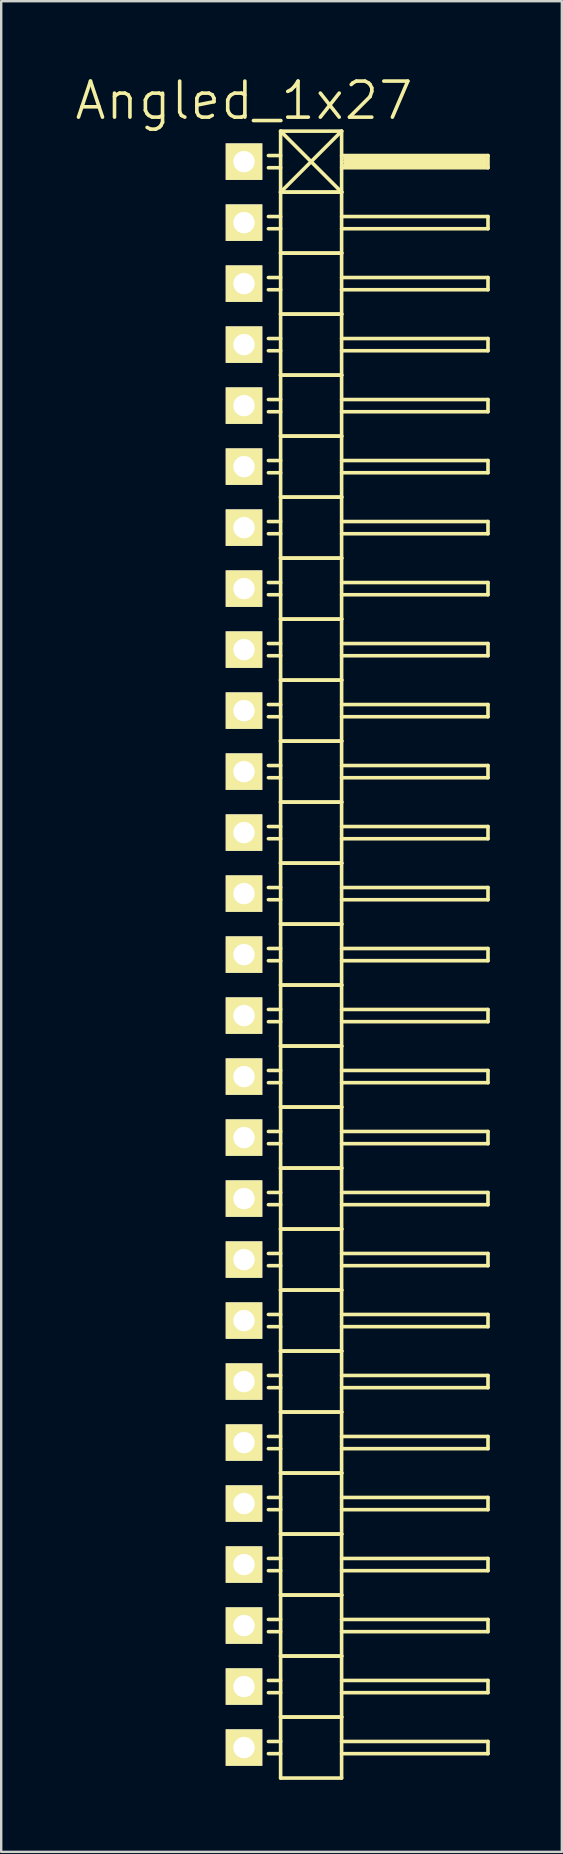
<source format=kicad_pcb>
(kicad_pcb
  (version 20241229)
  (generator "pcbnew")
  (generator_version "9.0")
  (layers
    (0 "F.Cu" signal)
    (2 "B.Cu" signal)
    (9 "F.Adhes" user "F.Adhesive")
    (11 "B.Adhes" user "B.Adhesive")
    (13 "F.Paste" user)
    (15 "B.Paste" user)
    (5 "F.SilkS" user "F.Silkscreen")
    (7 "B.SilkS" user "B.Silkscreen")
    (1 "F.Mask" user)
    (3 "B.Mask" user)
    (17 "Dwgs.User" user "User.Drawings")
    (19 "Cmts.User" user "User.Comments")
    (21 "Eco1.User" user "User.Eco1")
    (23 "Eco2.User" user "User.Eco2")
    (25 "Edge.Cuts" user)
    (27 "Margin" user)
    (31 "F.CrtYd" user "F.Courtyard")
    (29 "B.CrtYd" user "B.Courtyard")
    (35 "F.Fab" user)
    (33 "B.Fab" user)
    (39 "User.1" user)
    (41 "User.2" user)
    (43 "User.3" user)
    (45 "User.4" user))
  (footprint "Angled_1x27"
    (layer "F.Cu")
    (at 7.111 36.701)
    (property "Reference" "Angled_1x27" (at 0 -35.56 0) (layer "F.SilkS") (effects (font (size 1.5 1.5) (thickness 0.15))))
    (attr through_hole)
    (fp_line (start 1.524 -34.29) (end 1.524 -31.75) (stroke (width 0.15) (type solid)) (layer "F.SilkS"))
    (fp_line (start 1.524 -34.29) (end 4.064 -34.29) (stroke (width 0.15) (type solid)) (layer "F.SilkS"))
    (fp_line (start 1.524 -33.274) (end 1.016 -33.274) (stroke (width 0.15) (type solid)) (layer "F.SilkS"))
    (fp_line (start 1.524 -32.766) (end 1.016 -32.766) (stroke (width 0.15) (type solid)) (layer "F.SilkS"))
    (fp_line (start 1.524 -31.75) (end 1.524 -29.21) (stroke (width 0.15) (type solid)) (layer "F.SilkS"))
    (fp_line (start 1.524 -31.75) (end 4.064 -31.75) (stroke (width 0.15) (type solid)) (layer "F.SilkS"))
    (fp_line (start 1.524 -31.75) (end 4.064 -31.75) (stroke (width 0.15) (type solid)) (layer "F.SilkS"))
    (fp_line (start 1.524 -30.734) (end 1.016 -30.734) (stroke (width 0.15) (type solid)) (layer "F.SilkS"))
    (fp_line (start 1.524 -30.226) (end 1.016 -30.226) (stroke (width 0.15) (type solid)) (layer "F.SilkS"))
    (fp_line (start 1.524 -29.21) (end 1.524 -26.67) (stroke (width 0.15) (type solid)) (layer "F.SilkS"))
    (fp_line (start 1.524 -29.21) (end 4.064 -29.21) (stroke (width 0.15) (type solid)) (layer "F.SilkS"))
    (fp_line (start 1.524 -29.21) (end 4.064 -29.21) (stroke (width 0.15) (type solid)) (layer "F.SilkS"))
    (fp_line (start 1.524 -28.194) (end 1.016 -28.194) (stroke (width 0.15) (type solid)) (layer "F.SilkS"))
    (fp_line (start 1.524 -27.686) (end 1.016 -27.686) (stroke (width 0.15) (type solid)) (layer "F.SilkS"))
    (fp_line (start 1.524 -26.67) (end 1.524 -24.13) (stroke (width 0.15) (type solid)) (layer "F.SilkS"))
    (fp_line (start 1.524 -26.67) (end 4.064 -26.67) (stroke (width 0.15) (type solid)) (layer "F.SilkS"))
    (fp_line (start 1.524 -26.67) (end 4.064 -26.67) (stroke (width 0.15) (type solid)) (layer "F.SilkS"))
    (fp_line (start 1.524 -25.654) (end 1.016 -25.654) (stroke (width 0.15) (type solid)) (layer "F.SilkS"))
    (fp_line (start 1.524 -25.146) (end 1.016 -25.146) (stroke (width 0.15) (type solid)) (layer "F.SilkS"))
    (fp_line (start 1.524 -24.13) (end 1.524 -21.59) (stroke (width 0.15) (type solid)) (layer "F.SilkS"))
    (fp_line (start 1.524 -24.13) (end 4.064 -24.13) (stroke (width 0.15) (type solid)) (layer "F.SilkS"))
    (fp_line (start 1.524 -24.13) (end 4.064 -24.13) (stroke (width 0.15) (type solid)) (layer "F.SilkS"))
    (fp_line (start 1.524 -23.114) (end 1.016 -23.114) (stroke (width 0.15) (type solid)) (layer "F.SilkS"))
    (fp_line (start 1.524 -22.606) (end 1.016 -22.606) (stroke (width 0.15) (type solid)) (layer "F.SilkS"))
    (fp_line (start 1.524 -21.59) (end 1.524 -19.05) (stroke (width 0.15) (type solid)) (layer "F.SilkS"))
    (fp_line (start 1.524 -21.59) (end 4.064 -21.59) (stroke (width 0.15) (type solid)) (layer "F.SilkS"))
    (fp_line (start 1.524 -21.59) (end 4.064 -21.59) (stroke (width 0.15) (type solid)) (layer "F.SilkS"))
    (fp_line (start 1.524 -20.574) (end 1.016 -20.574) (stroke (width 0.15) (type solid)) (layer "F.SilkS"))
    (fp_line (start 1.524 -20.066) (end 1.016 -20.066) (stroke (width 0.15) (type solid)) (layer "F.SilkS"))
    (fp_line (start 1.524 -19.05) (end 1.524 -16.51) (stroke (width 0.15) (type solid)) (layer "F.SilkS"))
    (fp_line (start 1.524 -19.05) (end 4.064 -19.05) (stroke (width 0.15) (type solid)) (layer "F.SilkS"))
    (fp_line (start 1.524 -19.05) (end 4.064 -19.05) (stroke (width 0.15) (type solid)) (layer "F.SilkS"))
    (fp_line (start 1.524 -18.034) (end 1.016 -18.034) (stroke (width 0.15) (type solid)) (layer "F.SilkS"))
    (fp_line (start 1.524 -17.526) (end 1.016 -17.526) (stroke (width 0.15) (type solid)) (layer "F.SilkS"))
    (fp_line (start 1.524 -16.51) (end 1.524 -13.97) (stroke (width 0.15) (type solid)) (layer "F.SilkS"))
    (fp_line (start 1.524 -16.51) (end 4.064 -16.51) (stroke (width 0.15) (type solid)) (layer "F.SilkS"))
    (fp_line (start 1.524 -16.51) (end 4.064 -16.51) (stroke (width 0.15) (type solid)) (layer "F.SilkS"))
    (fp_line (start 1.524 -15.494) (end 1.016 -15.494) (stroke (width 0.15) (type solid)) (layer "F.SilkS"))
    (fp_line (start 1.524 -14.986) (end 1.016 -14.986) (stroke (width 0.15) (type solid)) (layer "F.SilkS"))
    (fp_line (start 1.524 -13.97) (end 1.524 -11.43) (stroke (width 0.15) (type solid)) (layer "F.SilkS"))
    (fp_line (start 1.524 -13.97) (end 4.064 -13.97) (stroke (width 0.15) (type solid)) (layer "F.SilkS"))
    (fp_line (start 1.524 -13.97) (end 4.064 -13.97) (stroke (width 0.15) (type solid)) (layer "F.SilkS"))
    (fp_line (start 1.524 -12.954) (end 1.016 -12.954) (stroke (width 0.15) (type solid)) (layer "F.SilkS"))
    (fp_line (start 1.524 -12.446) (end 1.016 -12.446) (stroke (width 0.15) (type solid)) (layer "F.SilkS"))
    (fp_line (start 1.524 -11.43) (end 1.524 -8.89) (stroke (width 0.15) (type solid)) (layer "F.SilkS"))
    (fp_line (start 1.524 -11.43) (end 4.064 -11.43) (stroke (width 0.15) (type solid)) (layer "F.SilkS"))
    (fp_line (start 1.524 -11.43) (end 4.064 -11.43) (stroke (width 0.15) (type solid)) (layer "F.SilkS"))
    (fp_line (start 1.524 -10.414) (end 1.016 -10.414) (stroke (width 0.15) (type solid)) (layer "F.SilkS"))
    (fp_line (start 1.524 -9.906) (end 1.016 -9.906) (stroke (width 0.15) (type solid)) (layer "F.SilkS"))
    (fp_line (start 1.524 -8.89) (end 1.524 -6.35) (stroke (width 0.15) (type solid)) (layer "F.SilkS"))
    (fp_line (start 1.524 -8.89) (end 4.064 -8.89) (stroke (width 0.15) (type solid)) (layer "F.SilkS"))
    (fp_line (start 1.524 -8.89) (end 4.064 -8.89) (stroke (width 0.15) (type solid)) (layer "F.SilkS"))
    (fp_line (start 1.524 -7.874) (end 1.016 -7.874) (stroke (width 0.15) (type solid)) (layer "F.SilkS"))
    (fp_line (start 1.524 -7.366) (end 1.016 -7.366) (stroke (width 0.15) (type solid)) (layer "F.SilkS"))
    (fp_line (start 1.524 -6.35) (end 1.524 -3.81) (stroke (width 0.15) (type solid)) (layer "F.SilkS"))
    (fp_line (start 1.524 -6.35) (end 4.064 -6.35) (stroke (width 0.15) (type solid)) (layer "F.SilkS"))
    (fp_line (start 1.524 -6.35) (end 4.064 -6.35) (stroke (width 0.15) (type solid)) (layer "F.SilkS"))
    (fp_line (start 1.524 -5.334) (end 1.016 -5.334) (stroke (width 0.15) (type solid)) (layer "F.SilkS"))
    (fp_line (start 1.524 -4.826) (end 1.016 -4.826) (stroke (width 0.15) (type solid)) (layer "F.SilkS"))
    (fp_line (start 1.524 -3.81) (end 1.524 -1.27) (stroke (width 0.15) (type solid)) (layer "F.SilkS"))
    (fp_line (start 1.524 -3.81) (end 4.064 -3.81) (stroke (width 0.15) (type solid)) (layer "F.SilkS"))
    (fp_line (start 1.524 -3.81) (end 4.064 -3.81) (stroke (width 0.15) (type solid)) (layer "F.SilkS"))
    (fp_line (start 1.524 -2.794) (end 1.016 -2.794) (stroke (width 0.15) (type solid)) (layer "F.SilkS"))
    (fp_line (start 1.524 -2.286) (end 1.016 -2.286) (stroke (width 0.15) (type solid)) (layer "F.SilkS"))
    (fp_line (start 1.524 -1.27) (end 1.524 1.27) (stroke (width 0.15) (type solid)) (layer "F.SilkS"))
    (fp_line (start 1.524 -1.27) (end 4.064 -1.27) (stroke (width 0.15) (type solid)) (layer "F.SilkS"))
    (fp_line (start 1.524 -1.27) (end 4.064 -1.27) (stroke (width 0.15) (type solid)) (layer "F.SilkS"))
    (fp_line (start 1.524 -0.254) (end 1.016 -0.254) (stroke (width 0.15) (type solid)) (layer "F.SilkS"))
    (fp_line (start 1.524 0.254) (end 1.016 0.254) (stroke (width 0.15) (type solid)) (layer "F.SilkS"))
    (fp_line (start 1.524 1.27) (end 1.524 3.81) (stroke (width 0.15) (type solid)) (layer "F.SilkS"))
    (fp_line (start 1.524 1.27) (end 4.064 1.27) (stroke (width 0.15) (type solid)) (layer "F.SilkS"))
    (fp_line (start 1.524 1.27) (end 4.064 1.27) (stroke (width 0.15) (type solid)) (layer "F.SilkS"))
    (fp_line (start 1.524 2.286) (end 1.016 2.286) (stroke (width 0.15) (type solid)) (layer "F.SilkS"))
    (fp_line (start 1.524 2.794) (end 1.016 2.794) (stroke (width 0.15) (type solid)) (layer "F.SilkS"))
    (fp_line (start 1.524 3.81) (end 1.524 6.35) (stroke (width 0.15) (type solid)) (layer "F.SilkS"))
    (fp_line (start 1.524 3.81) (end 4.064 3.81) (stroke (width 0.15) (type solid)) (layer "F.SilkS"))
    (fp_line (start 1.524 3.81) (end 4.064 3.81) (stroke (width 0.15) (type solid)) (layer "F.SilkS"))
    (fp_line (start 1.524 4.826) (end 1.016 4.826) (stroke (width 0.15) (type solid)) (layer "F.SilkS"))
    (fp_line (start 1.524 5.334) (end 1.016 5.334) (stroke (width 0.15) (type solid)) (layer "F.SilkS"))
    (fp_line (start 1.524 6.35) (end 1.524 8.89) (stroke (width 0.15) (type solid)) (layer "F.SilkS"))
    (fp_line (start 1.524 6.35) (end 4.064 6.35) (stroke (width 0.15) (type solid)) (layer "F.SilkS"))
    (fp_line (start 1.524 6.35) (end 4.064 6.35) (stroke (width 0.15) (type solid)) (layer "F.SilkS"))
    (fp_line (start 1.524 7.366) (end 1.016 7.366) (stroke (width 0.15) (type solid)) (layer "F.SilkS"))
    (fp_line (start 1.524 7.874) (end 1.016 7.874) (stroke (width 0.15) (type solid)) (layer "F.SilkS"))
    (fp_line (start 1.524 8.89) (end 1.524 11.43) (stroke (width 0.15) (type solid)) (layer "F.SilkS"))
    (fp_line (start 1.524 8.89) (end 4.064 8.89) (stroke (width 0.15) (type solid)) (layer "F.SilkS"))
    (fp_line (start 1.524 8.89) (end 4.064 8.89) (stroke (width 0.15) (type solid)) (layer "F.SilkS"))
    (fp_line (start 1.524 9.906) (end 1.016 9.906) (stroke (width 0.15) (type solid)) (layer "F.SilkS"))
    (fp_line (start 1.524 10.414) (end 1.016 10.414) (stroke (width 0.15) (type solid)) (layer "F.SilkS"))
    (fp_line (start 1.524 11.43) (end 1.524 13.97) (stroke (width 0.15) (type solid)) (layer "F.SilkS"))
    (fp_line (start 1.524 11.43) (end 4.064 11.43) (stroke (width 0.15) (type solid)) (layer "F.SilkS"))
    (fp_line (start 1.524 11.43) (end 4.064 11.43) (stroke (width 0.15) (type solid)) (layer "F.SilkS"))
    (fp_line (start 1.524 12.446) (end 1.016 12.446) (stroke (width 0.15) (type solid)) (layer "F.SilkS"))
    (fp_line (start 1.524 12.954) (end 1.016 12.954) (stroke (width 0.15) (type solid)) (layer "F.SilkS"))
    (fp_line (start 1.524 13.97) (end 1.524 16.51) (stroke (width 0.15) (type solid)) (layer "F.SilkS"))
    (fp_line (start 1.524 13.97) (end 4.064 13.97) (stroke (width 0.15) (type solid)) (layer "F.SilkS"))
    (fp_line (start 1.524 13.97) (end 4.064 13.97) (stroke (width 0.15) (type solid)) (layer "F.SilkS"))
    (fp_line (start 1.524 14.986) (end 1.016 14.986) (stroke (width 0.15) (type solid)) (layer "F.SilkS"))
    (fp_line (start 1.524 15.494) (end 1.016 15.494) (stroke (width 0.15) (type solid)) (layer "F.SilkS"))
    (fp_line (start 1.524 16.51) (end 1.524 19.05) (stroke (width 0.15) (type solid)) (layer "F.SilkS"))
    (fp_line (start 1.524 16.51) (end 4.064 16.51) (stroke (width 0.15) (type solid)) (layer "F.SilkS"))
    (fp_line (start 1.524 16.51) (end 4.064 16.51) (stroke (width 0.15) (type solid)) (layer "F.SilkS"))
    (fp_line (start 1.524 17.526) (end 1.016 17.526) (stroke (width 0.15) (type solid)) (layer "F.SilkS"))
    (fp_line (start 1.524 18.034) (end 1.016 18.034) (stroke (width 0.15) (type solid)) (layer "F.SilkS"))
    (fp_line (start 1.524 19.05) (end 1.524 21.59) (stroke (width 0.15) (type solid)) (layer "F.SilkS"))
    (fp_line (start 1.524 19.05) (end 4.064 19.05) (stroke (width 0.15) (type solid)) (layer "F.SilkS"))
    (fp_line (start 1.524 19.05) (end 4.064 19.05) (stroke (width 0.15) (type solid)) (layer "F.SilkS"))
    (fp_line (start 1.524 20.066) (end 1.016 20.066) (stroke (width 0.15) (type solid)) (layer "F.SilkS"))
    (fp_line (start 1.524 20.574) (end 1.016 20.574) (stroke (width 0.15) (type solid)) (layer "F.SilkS"))
    (fp_line (start 1.524 21.59) (end 1.524 24.13) (stroke (width 0.15) (type solid)) (layer "F.SilkS"))
    (fp_line (start 1.524 21.59) (end 4.064 21.59) (stroke (width 0.15) (type solid)) (layer "F.SilkS"))
    (fp_line (start 1.524 21.59) (end 4.064 21.59) (stroke (width 0.15) (type solid)) (layer "F.SilkS"))
    (fp_line (start 1.524 22.606) (end 1.016 22.606) (stroke (width 0.15) (type solid)) (layer "F.SilkS"))
    (fp_line (start 1.524 23.114) (end 1.016 23.114) (stroke (width 0.15) (type solid)) (layer "F.SilkS"))
    (fp_line (start 1.524 24.13) (end 1.524 26.67) (stroke (width 0.15) (type solid)) (layer "F.SilkS"))
    (fp_line (start 1.524 24.13) (end 4.064 24.13) (stroke (width 0.15) (type solid)) (layer "F.SilkS"))
    (fp_line (start 1.524 24.13) (end 4.064 24.13) (stroke (width 0.15) (type solid)) (layer "F.SilkS"))
    (fp_line (start 1.524 25.146) (end 1.016 25.146) (stroke (width 0.15) (type solid)) (layer "F.SilkS"))
    (fp_line (start 1.524 25.654) (end 1.016 25.654) (stroke (width 0.15) (type solid)) (layer "F.SilkS"))
    (fp_line (start 1.524 26.67) (end 1.524 29.21) (stroke (width 0.15) (type solid)) (layer "F.SilkS"))
    (fp_line (start 1.524 26.67) (end 4.064 26.67) (stroke (width 0.15) (type solid)) (layer "F.SilkS"))
    (fp_line (start 1.524 26.67) (end 4.064 26.67) (stroke (width 0.15) (type solid)) (layer "F.SilkS"))
    (fp_line (start 1.524 27.686) (end 1.016 27.686) (stroke (width 0.15) (type solid)) (layer "F.SilkS"))
    (fp_line (start 1.524 28.194) (end 1.016 28.194) (stroke (width 0.15) (type solid)) (layer "F.SilkS"))
    (fp_line (start 1.524 29.21) (end 1.524 31.75) (stroke (width 0.15) (type solid)) (layer "F.SilkS"))
    (fp_line (start 1.524 29.21) (end 4.064 29.21) (stroke (width 0.15) (type solid)) (layer "F.SilkS"))
    (fp_line (start 1.524 29.21) (end 4.064 29.21) (stroke (width 0.15) (type solid)) (layer "F.SilkS"))
    (fp_line (start 1.524 30.226) (end 1.016 30.226) (stroke (width 0.15) (type solid)) (layer "F.SilkS"))
    (fp_line (start 1.524 30.734) (end 1.016 30.734) (stroke (width 0.15) (type solid)) (layer "F.SilkS"))
    (fp_line (start 1.524 31.75) (end 1.524 34.29) (stroke (width 0.15) (type solid)) (layer "F.SilkS"))
    (fp_line (start 1.524 31.75) (end 4.064 31.75) (stroke (width 0.15) (type solid)) (layer "F.SilkS"))
    (fp_line (start 1.524 31.75) (end 4.064 31.75) (stroke (width 0.15) (type solid)) (layer "F.SilkS"))
    (fp_line (start 1.524 32.766) (end 1.016 32.766) (stroke (width 0.15) (type solid)) (layer "F.SilkS"))
    (fp_line (start 1.524 33.274) (end 1.016 33.274) (stroke (width 0.15) (type solid)) (layer "F.SilkS"))
    (fp_line (start 1.524 34.29) (end 4.064 34.29) (stroke (width 0.15) (type solid)) (layer "F.SilkS"))
    (fp_line (start 4.064 -34.29) (end 1.524 -31.75) (stroke (width 0.15) (type solid)) (layer "F.SilkS"))
    (fp_line (start 4.064 -33.274) (end 10.16 -33.274) (stroke (width 0.15) (type solid)) (layer "F.SilkS"))
    (fp_line (start 4.064 -31.75) (end 1.524 -34.29) (stroke (width 0.15) (type solid)) (layer "F.SilkS"))
    (fp_line (start 4.064 -31.75) (end 4.064 -34.29) (stroke (width 0.15) (type solid)) (layer "F.SilkS"))
    (fp_line (start 4.064 -30.734) (end 10.16 -30.734) (stroke (width 0.15) (type solid)) (layer "F.SilkS"))
    (fp_line (start 4.064 -29.21) (end 4.064 -31.75) (stroke (width 0.15) (type solid)) (layer "F.SilkS"))
    (fp_line (start 4.064 -28.194) (end 10.16 -28.194) (stroke (width 0.15) (type solid)) (layer "F.SilkS"))
    (fp_line (start 4.064 -26.67) (end 4.064 -29.21) (stroke (width 0.15) (type solid)) (layer "F.SilkS"))
    (fp_line (start 4.064 -25.654) (end 10.16 -25.654) (stroke (width 0.15) (type solid)) (layer "F.SilkS"))
    (fp_line (start 4.064 -24.13) (end 4.064 -26.67) (stroke (width 0.15) (type solid)) (layer "F.SilkS"))
    (fp_line (start 4.064 -23.114) (end 10.16 -23.114) (stroke (width 0.15) (type solid)) (layer "F.SilkS"))
    (fp_line (start 4.064 -21.59) (end 4.064 -24.13) (stroke (width 0.15) (type solid)) (layer "F.SilkS"))
    (fp_line (start 4.064 -20.574) (end 10.16 -20.574) (stroke (width 0.15) (type solid)) (layer "F.SilkS"))
    (fp_line (start 4.064 -19.05) (end 4.064 -21.59) (stroke (width 0.15) (type solid)) (layer "F.SilkS"))
    (fp_line (start 4.064 -18.034) (end 10.16 -18.034) (stroke (width 0.15) (type solid)) (layer "F.SilkS"))
    (fp_line (start 4.064 -16.51) (end 4.064 -19.05) (stroke (width 0.15) (type solid)) (layer "F.SilkS"))
    (fp_line (start 4.064 -15.494) (end 10.16 -15.494) (stroke (width 0.15) (type solid)) (layer "F.SilkS"))
    (fp_line (start 4.064 -13.97) (end 4.064 -16.51) (stroke (width 0.15) (type solid)) (layer "F.SilkS"))
    (fp_line (start 4.064 -12.954) (end 10.16 -12.954) (stroke (width 0.15) (type solid)) (layer "F.SilkS"))
    (fp_line (start 4.064 -11.43) (end 4.064 -13.97) (stroke (width 0.15) (type solid)) (layer "F.SilkS"))
    (fp_line (start 4.064 -10.414) (end 10.16 -10.414) (stroke (width 0.15) (type solid)) (layer "F.SilkS"))
    (fp_line (start 4.064 -8.89) (end 4.064 -11.43) (stroke (width 0.15) (type solid)) (layer "F.SilkS"))
    (fp_line (start 4.064 -7.874) (end 10.16 -7.874) (stroke (width 0.15) (type solid)) (layer "F.SilkS"))
    (fp_line (start 4.064 -6.35) (end 4.064 -8.89) (stroke (width 0.15) (type solid)) (layer "F.SilkS"))
    (fp_line (start 4.064 -5.334) (end 10.16 -5.334) (stroke (width 0.15) (type solid)) (layer "F.SilkS"))
    (fp_line (start 4.064 -3.81) (end 4.064 -6.35) (stroke (width 0.15) (type solid)) (layer "F.SilkS"))
    (fp_line (start 4.064 -2.794) (end 10.16 -2.794) (stroke (width 0.15) (type solid)) (layer "F.SilkS"))
    (fp_line (start 4.064 -1.27) (end 4.064 -3.81) (stroke (width 0.15) (type solid)) (layer "F.SilkS"))
    (fp_line (start 4.064 -0.254) (end 10.16 -0.254) (stroke (width 0.15) (type solid)) (layer "F.SilkS"))
    (fp_line (start 4.064 1.27) (end 4.064 -1.27) (stroke (width 0.15) (type solid)) (layer "F.SilkS"))
    (fp_line (start 4.064 2.286) (end 10.16 2.286) (stroke (width 0.15) (type solid)) (layer "F.SilkS"))
    (fp_line (start 4.064 3.81) (end 4.064 1.27) (stroke (width 0.15) (type solid)) (layer "F.SilkS"))
    (fp_line (start 4.064 4.826) (end 10.16 4.826) (stroke (width 0.15) (type solid)) (layer "F.SilkS"))
    (fp_line (start 4.064 6.35) (end 4.064 3.81) (stroke (width 0.15) (type solid)) (layer "F.SilkS"))
    (fp_line (start 4.064 7.366) (end 10.16 7.366) (stroke (width 0.15) (type solid)) (layer "F.SilkS"))
    (fp_line (start 4.064 8.89) (end 4.064 6.35) (stroke (width 0.15) (type solid)) (layer "F.SilkS"))
    (fp_line (start 4.064 9.906) (end 10.16 9.906) (stroke (width 0.15) (type solid)) (layer "F.SilkS"))
    (fp_line (start 4.064 11.43) (end 4.064 8.89) (stroke (width 0.15) (type solid)) (layer "F.SilkS"))
    (fp_line (start 4.064 12.446) (end 10.16 12.446) (stroke (width 0.15) (type solid)) (layer "F.SilkS"))
    (fp_line (start 4.064 13.97) (end 4.064 11.43) (stroke (width 0.15) (type solid)) (layer "F.SilkS"))
    (fp_line (start 4.064 14.986) (end 10.16 14.986) (stroke (width 0.15) (type solid)) (layer "F.SilkS"))
    (fp_line (start 4.064 16.51) (end 4.064 13.97) (stroke (width 0.15) (type solid)) (layer "F.SilkS"))
    (fp_line (start 4.064 17.526) (end 10.16 17.526) (stroke (width 0.15) (type solid)) (layer "F.SilkS"))
    (fp_line (start 4.064 19.05) (end 4.064 16.51) (stroke (width 0.15) (type solid)) (layer "F.SilkS"))
    (fp_line (start 4.064 20.066) (end 10.16 20.066) (stroke (width 0.15) (type solid)) (layer "F.SilkS"))
    (fp_line (start 4.064 21.59) (end 4.064 19.05) (stroke (width 0.15) (type solid)) (layer "F.SilkS"))
    (fp_line (start 4.064 22.606) (end 10.16 22.606) (stroke (width 0.15) (type solid)) (layer "F.SilkS"))
    (fp_line (start 4.064 24.13) (end 4.064 21.59) (stroke (width 0.15) (type solid)) (layer "F.SilkS"))
    (fp_line (start 4.064 25.146) (end 10.16 25.146) (stroke (width 0.15) (type solid)) (layer "F.SilkS"))
    (fp_line (start 4.064 26.67) (end 4.064 24.13) (stroke (width 0.15) (type solid)) (layer "F.SilkS"))
    (fp_line (start 4.064 27.686) (end 10.16 27.686) (stroke (width 0.15) (type solid)) (layer "F.SilkS"))
    (fp_line (start 4.064 29.21) (end 4.064 26.67) (stroke (width 0.15) (type solid)) (layer "F.SilkS"))
    (fp_line (start 4.064 30.226) (end 10.16 30.226) (stroke (width 0.15) (type solid)) (layer "F.SilkS"))
    (fp_line (start 4.064 31.75) (end 4.064 29.21) (stroke (width 0.15) (type solid)) (layer "F.SilkS"))
    (fp_line (start 4.064 32.766) (end 10.16 32.766) (stroke (width 0.15) (type solid)) (layer "F.SilkS"))
    (fp_line (start 4.064 34.29) (end 4.064 31.75) (stroke (width 0.15) (type solid)) (layer "F.SilkS"))
    (fp_line (start 4.191 -33.147) (end 10.033 -33.147) (stroke (width 0.15) (type solid)) (layer "F.SilkS"))
    (fp_line (start 4.191 -33.02) (end 10.033 -33.02) (stroke (width 0.15) (type solid)) (layer "F.SilkS"))
    (fp_line (start 10.033 -33.147) (end 10.033 -32.893) (stroke (width 0.15) (type solid)) (layer "F.SilkS"))
    (fp_line (start 10.033 -32.893) (end 4.191 -32.893) (stroke (width 0.15) (type solid)) (layer "F.SilkS"))
    (fp_line (start 10.16 -33.274) (end 10.16 -32.766) (stroke (width 0.15) (type solid)) (layer "F.SilkS"))
    (fp_line (start 10.16 -32.766) (end 4.064 -32.766) (stroke (width 0.15) (type solid)) (layer "F.SilkS"))
    (fp_line (start 10.16 -30.734) (end 10.16 -30.226) (stroke (width 0.15) (type solid)) (layer "F.SilkS"))
    (fp_line (start 10.16 -30.226) (end 4.064 -30.226) (stroke (width 0.15) (type solid)) (layer "F.SilkS"))
    (fp_line (start 10.16 -28.194) (end 10.16 -27.686) (stroke (width 0.15) (type solid)) (layer "F.SilkS"))
    (fp_line (start 10.16 -27.686) (end 4.064 -27.686) (stroke (width 0.15) (type solid)) (layer "F.SilkS"))
    (fp_line (start 10.16 -25.654) (end 10.16 -25.146) (stroke (width 0.15) (type solid)) (layer "F.SilkS"))
    (fp_line (start 10.16 -25.146) (end 4.064 -25.146) (stroke (width 0.15) (type solid)) (layer "F.SilkS"))
    (fp_line (start 10.16 -23.114) (end 10.16 -22.606) (stroke (width 0.15) (type solid)) (layer "F.SilkS"))
    (fp_line (start 10.16 -22.606) (end 4.064 -22.606) (stroke (width 0.15) (type solid)) (layer "F.SilkS"))
    (fp_line (start 10.16 -20.574) (end 10.16 -20.066) (stroke (width 0.15) (type solid)) (layer "F.SilkS"))
    (fp_line (start 10.16 -20.066) (end 4.064 -20.066) (stroke (width 0.15) (type solid)) (layer "F.SilkS"))
    (fp_line (start 10.16 -18.034) (end 10.16 -17.526) (stroke (width 0.15) (type solid)) (layer "F.SilkS"))
    (fp_line (start 10.16 -17.526) (end 4.064 -17.526) (stroke (width 0.15) (type solid)) (layer "F.SilkS"))
    (fp_line (start 10.16 -15.494) (end 10.16 -14.986) (stroke (width 0.15) (type solid)) (layer "F.SilkS"))
    (fp_line (start 10.16 -14.986) (end 4.064 -14.986) (stroke (width 0.15) (type solid)) (layer "F.SilkS"))
    (fp_line (start 10.16 -12.954) (end 10.16 -12.446) (stroke (width 0.15) (type solid)) (layer "F.SilkS"))
    (fp_line (start 10.16 -12.446) (end 4.064 -12.446) (stroke (width 0.15) (type solid)) (layer "F.SilkS"))
    (fp_line (start 10.16 -10.414) (end 10.16 -9.906) (stroke (width 0.15) (type solid)) (layer "F.SilkS"))
    (fp_line (start 10.16 -9.906) (end 4.064 -9.906) (stroke (width 0.15) (type solid)) (layer "F.SilkS"))
    (fp_line (start 10.16 -7.874) (end 10.16 -7.366) (stroke (width 0.15) (type solid)) (layer "F.SilkS"))
    (fp_line (start 10.16 -7.366) (end 4.064 -7.366) (stroke (width 0.15) (type solid)) (layer "F.SilkS"))
    (fp_line (start 10.16 -5.334) (end 10.16 -4.826) (stroke (width 0.15) (type solid)) (layer "F.SilkS"))
    (fp_line (start 10.16 -4.826) (end 4.064 -4.826) (stroke (width 0.15) (type solid)) (layer "F.SilkS"))
    (fp_line (start 10.16 -2.794) (end 10.16 -2.286) (stroke (width 0.15) (type solid)) (layer "F.SilkS"))
    (fp_line (start 10.16 -2.286) (end 4.064 -2.286) (stroke (width 0.15) (type solid)) (layer "F.SilkS"))
    (fp_line (start 10.16 -0.254) (end 10.16 0.254) (stroke (width 0.15) (type solid)) (layer "F.SilkS"))
    (fp_line (start 10.16 0.254) (end 4.064 0.254) (stroke (width 0.15) (type solid)) (layer "F.SilkS"))
    (fp_line (start 10.16 2.286) (end 10.16 2.794) (stroke (width 0.15) (type solid)) (layer "F.SilkS"))
    (fp_line (start 10.16 2.794) (end 4.064 2.794) (stroke (width 0.15) (type solid)) (layer "F.SilkS"))
    (fp_line (start 10.16 4.826) (end 10.16 5.334) (stroke (width 0.15) (type solid)) (layer "F.SilkS"))
    (fp_line (start 10.16 5.334) (end 4.064 5.334) (stroke (width 0.15) (type solid)) (layer "F.SilkS"))
    (fp_line (start 10.16 7.366) (end 10.16 7.874) (stroke (width 0.15) (type solid)) (layer "F.SilkS"))
    (fp_line (start 10.16 7.874) (end 4.064 7.874) (stroke (width 0.15) (type solid)) (layer "F.SilkS"))
    (fp_line (start 10.16 9.906) (end 10.16 10.414) (stroke (width 0.15) (type solid)) (layer "F.SilkS"))
    (fp_line (start 10.16 10.414) (end 4.064 10.414) (stroke (width 0.15) (type solid)) (layer "F.SilkS"))
    (fp_line (start 10.16 12.446) (end 10.16 12.954) (stroke (width 0.15) (type solid)) (layer "F.SilkS"))
    (fp_line (start 10.16 12.954) (end 4.064 12.954) (stroke (width 0.15) (type solid)) (layer "F.SilkS"))
    (fp_line (start 10.16 14.986) (end 10.16 15.494) (stroke (width 0.15) (type solid)) (layer "F.SilkS"))
    (fp_line (start 10.16 15.494) (end 4.064 15.494) (stroke (width 0.15) (type solid)) (layer "F.SilkS"))
    (fp_line (start 10.16 17.526) (end 10.16 18.034) (stroke (width 0.15) (type solid)) (layer "F.SilkS"))
    (fp_line (start 10.16 18.034) (end 4.064 18.034) (stroke (width 0.15) (type solid)) (layer "F.SilkS"))
    (fp_line (start 10.16 20.066) (end 10.16 20.574) (stroke (width 0.15) (type solid)) (layer "F.SilkS"))
    (fp_line (start 10.16 20.574) (end 4.064 20.574) (stroke (width 0.15) (type solid)) (layer "F.SilkS"))
    (fp_line (start 10.16 22.606) (end 10.16 23.114) (stroke (width 0.15) (type solid)) (layer "F.SilkS"))
    (fp_line (start 10.16 23.114) (end 4.064 23.114) (stroke (width 0.15) (type solid)) (layer "F.SilkS"))
    (fp_line (start 10.16 25.146) (end 10.16 25.654) (stroke (width 0.15) (type solid)) (layer "F.SilkS"))
    (fp_line (start 10.16 25.654) (end 4.064 25.654) (stroke (width 0.15) (type solid)) (layer "F.SilkS"))
    (fp_line (start 10.16 27.686) (end 10.16 28.194) (stroke (width 0.15) (type solid)) (layer "F.SilkS"))
    (fp_line (start 10.16 28.194) (end 4.064 28.194) (stroke (width 0.15) (type solid)) (layer "F.SilkS"))
    (fp_line (start 10.16 30.226) (end 10.16 30.734) (stroke (width 0.15) (type solid)) (layer "F.SilkS"))
    (fp_line (start 10.16 30.734) (end 4.064 30.734) (stroke (width 0.15) (type solid)) (layer "F.SilkS"))
    (fp_line (start 10.16 32.766) (end 10.16 33.274) (stroke (width 0.15) (type solid)) (layer "F.SilkS"))
    (fp_line (start 10.16 33.274) (end 4.064 33.274) (stroke (width 0.15) (type solid)) (layer "F.SilkS"))
    (pad "1" thru_hole rect (at 0 -33.02) (size 1.524 1.524) (drill 0.889) (layers "*.Cu" "*.Mask" "F.SilkS"))
    (pad "2" thru_hole rect (at 0 -30.48) (size 1.524 1.524) (drill 0.889) (layers "*.Cu" "*.Mask" "F.SilkS"))
    (pad "3" thru_hole rect (at 0 -27.94) (size 1.524 1.524) (drill 0.889) (layers "*.Cu" "*.Mask" "F.SilkS"))
    (pad "4" thru_hole rect (at 0 -25.4) (size 1.524 1.524) (drill 0.889) (layers "*.Cu" "*.Mask" "F.SilkS"))
    (pad "5" thru_hole rect (at 0 -22.86) (size 1.524 1.524) (drill 0.889) (layers "*.Cu" "*.Mask" "F.SilkS"))
    (pad "6" thru_hole rect (at 0 -20.32) (size 1.524 1.524) (drill 0.889) (layers "*.Cu" "*.Mask" "F.SilkS"))
    (pad "7" thru_hole rect (at 0 -17.78) (size 1.524 1.524) (drill 0.889) (layers "*.Cu" "*.Mask" "F.SilkS"))
    (pad "8" thru_hole rect (at 0 -15.24) (size 1.524 1.524) (drill 0.889) (layers "*.Cu" "*.Mask" "F.SilkS"))
    (pad "9" thru_hole rect (at 0 -12.7) (size 1.524 1.524) (drill 0.889) (layers "*.Cu" "*.Mask" "F.SilkS"))
    (pad "10" thru_hole rect (at 0 -10.16) (size 1.524 1.524) (drill 0.889) (layers "*.Cu" "*.Mask" "F.SilkS"))
    (pad "11" thru_hole rect (at 0 -7.62) (size 1.524 1.524) (drill 0.889) (layers "*.Cu" "*.Mask" "F.SilkS"))
    (pad "12" thru_hole rect (at 0 -5.08) (size 1.524 1.524) (drill 0.889) (layers "*.Cu" "*.Mask" "F.SilkS"))
    (pad "13" thru_hole rect (at 0 -2.54) (size 1.524 1.524) (drill 0.889) (layers "*.Cu" "*.Mask" "F.SilkS"))
    (pad "14" thru_hole rect (at 0 0) (size 1.524 1.524) (drill 0.889) (layers "*.Cu" "*.Mask" "F.SilkS"))
    (pad "15" thru_hole rect (at 0 2.54) (size 1.524 1.524) (drill 0.889) (layers "*.Cu" "*.Mask" "F.SilkS"))
    (pad "16" thru_hole rect (at 0 5.08) (size 1.524 1.524) (drill 0.889) (layers "*.Cu" "*.Mask" "F.SilkS"))
    (pad "17" thru_hole rect (at 0 7.62) (size 1.524 1.524) (drill 0.889) (layers "*.Cu" "*.Mask" "F.SilkS"))
    (pad "18" thru_hole rect (at 0 10.16) (size 1.524 1.524) (drill 0.889) (layers "*.Cu" "*.Mask" "F.SilkS"))
    (pad "19" thru_hole rect (at 0 12.7) (size 1.524 1.524) (drill 0.889) (layers "*.Cu" "*.Mask" "F.SilkS"))
    (pad "20" thru_hole rect (at 0 15.24) (size 1.524 1.524) (drill 0.889) (layers "*.Cu" "*.Mask" "F.SilkS"))
    (pad "21" thru_hole rect (at 0 17.78) (size 1.524 1.524) (drill 0.889) (layers "*.Cu" "*.Mask" "F.SilkS"))
    (pad "22" thru_hole rect (at 0 20.32) (size 1.524 1.524) (drill 0.889) (layers "*.Cu" "*.Mask" "F.SilkS"))
    (pad "23" thru_hole rect (at 0 22.86) (size 1.524 1.524) (drill 0.889) (layers "*.Cu" "*.Mask" "F.SilkS"))
    (pad "24" thru_hole rect (at 0 25.4) (size 1.524 1.524) (drill 0.889) (layers "*.Cu" "*.Mask" "F.SilkS"))
    (pad "25" thru_hole rect (at 0 27.94) (size 1.524 1.524) (drill 0.889) (layers "*.Cu" "*.Mask" "F.SilkS"))
    (pad "26" thru_hole rect (at 0 30.48) (size 1.524 1.524) (drill 0.889) (layers "*.Cu" "*.Mask" "F.SilkS"))
    (pad "27" thru_hole rect (at 0 33.02) (size 1.524 1.524) (drill 0.889) (layers "*.Cu" "*.Mask" "F.SilkS")))
  (gr_rect
    (start -3 -3)
    (end 20.346 74.066)
    (stroke (width 0.1) (type default))
    (fill no)
    (layer "Edge.Cuts")))
</source>
